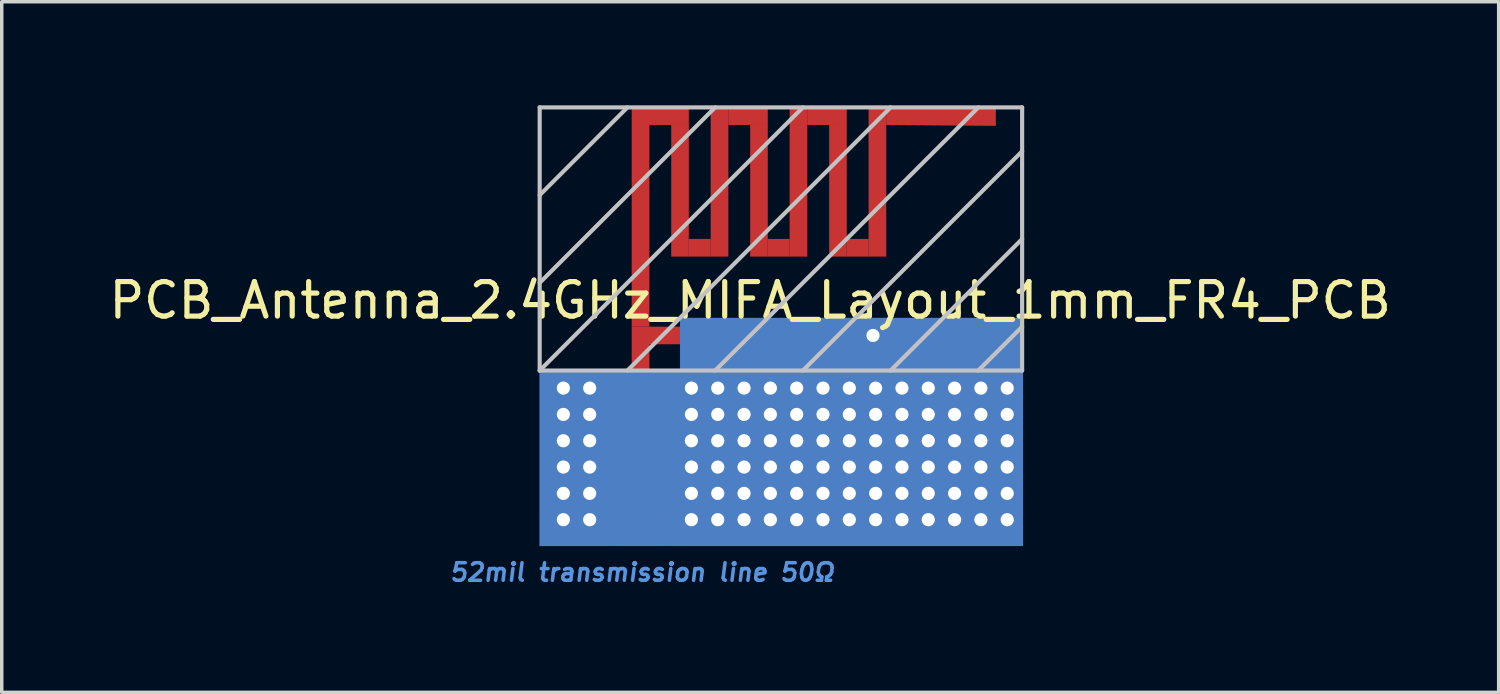
<source format=kicad_pcb>
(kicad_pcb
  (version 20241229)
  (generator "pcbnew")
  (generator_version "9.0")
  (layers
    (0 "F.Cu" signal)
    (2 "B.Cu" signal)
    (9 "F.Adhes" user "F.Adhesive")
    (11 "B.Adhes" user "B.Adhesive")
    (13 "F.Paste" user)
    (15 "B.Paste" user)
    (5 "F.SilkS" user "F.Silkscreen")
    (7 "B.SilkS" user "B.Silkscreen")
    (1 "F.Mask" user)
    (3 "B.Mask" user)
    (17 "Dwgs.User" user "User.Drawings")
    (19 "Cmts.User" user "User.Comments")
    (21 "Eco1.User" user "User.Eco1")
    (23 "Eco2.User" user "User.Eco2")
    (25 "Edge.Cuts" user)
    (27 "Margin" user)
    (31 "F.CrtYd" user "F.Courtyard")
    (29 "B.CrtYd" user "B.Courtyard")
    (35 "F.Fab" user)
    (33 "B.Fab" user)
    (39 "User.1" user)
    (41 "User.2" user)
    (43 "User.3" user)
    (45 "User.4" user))
  (footprint "PCB_Antenna_2.4GHz_MIFA_Layout_1mm_FR4_PCB"
    (layer "F.Cu")
    (at 12.577 12.76)
    (property "Reference" "PCB_Antenna_2.4GHz_MIFA_Layout_1mm_FR4_PCB" (at 6.096 -7.112 0) (layer "F.SilkS") (effects (font (size 1 1) (thickness 0.15))))
    (attr through_hole)
    (fp_poly (pts (xy 1.956 0) (xy 1.956 -5.08) (xy 0 -5.08) (xy 0 0)) (stroke (width 0.003) (type solid)) (fill yes) (layer "F.Cu"))
    (fp_poly (pts (xy 3.581 -4.064) (xy 3.581 0) (xy 2.261 0) (xy 2.261 -4.064)) (stroke (width 0.003) (type solid)) (fill yes) (layer "F.Cu"))
    (fp_poly (pts (xy 3.81 -12.192) (xy 3.81 -8.382) (xy 4.318 -8.382) (xy 4.318 -12.192)) (stroke (width 0.003) (type solid)) (fill yes) (layer "F.Cu"))
    (fp_poly (pts (xy 3.886 -5.08) (xy 13.995 -5.08) (xy 13.995 0) (xy 3.886 0)) (stroke (width 0.003) (type solid)) (fill yes) (layer "F.Cu"))
    (fp_poly (pts (xy 4.318 -8.382) (xy 4.953 -8.382) (xy 4.953 -8.89) (xy 4.318 -8.89)) (stroke (width 0.003) (type solid)) (fill yes) (layer "F.Cu"))
    (fp_poly (pts (xy 4.953 -12.7) (xy 4.953 -8.382) (xy 5.461 -8.382) (xy 5.461 -12.7)) (stroke (width 0.003) (type solid)) (fill yes) (layer "F.Cu"))
    (fp_poly (pts (xy 5.461 -12.192) (xy 6.604 -12.192) (xy 6.604 -12.7) (xy 5.461 -12.7)) (stroke (width 0.003) (type solid)) (fill yes) (layer "F.Cu"))
    (fp_poly (pts (xy 6.096 -12.192) (xy 6.096 -8.382) (xy 6.604 -8.382) (xy 6.604 -12.192)) (stroke (width 0.003) (type solid)) (fill yes) (layer "F.Cu"))
    (fp_poly (pts (xy 6.604 -8.382) (xy 7.239 -8.382) (xy 7.239 -8.89) (xy 6.604 -8.89)) (stroke (width 0.003) (type solid)) (fill yes) (layer "F.Cu"))
    (fp_poly (pts (xy 7.239 -12.7) (xy 7.239 -8.382) (xy 7.747 -8.382) (xy 7.747 -12.7)) (stroke (width 0.003) (type solid)) (fill yes) (layer "F.Cu"))
    (fp_poly (pts (xy 7.747 -12.192) (xy 8.89 -12.192) (xy 8.89 -12.7) (xy 7.747 -12.7)) (stroke (width 0.003) (type solid)) (fill yes) (layer "F.Cu"))
    (fp_poly (pts (xy 8.382 -12.192) (xy 8.382 -8.382) (xy 8.89 -8.382) (xy 8.89 -12.192)) (stroke (width 0.003) (type solid)) (fill yes) (layer "F.Cu"))
    (fp_poly (pts (xy 8.89 -8.382) (xy 9.525 -8.382) (xy 9.525 -8.89) (xy 8.89 -8.89)) (stroke (width 0.003) (type solid)) (fill yes) (layer "F.Cu"))
    (fp_poly (pts (xy 9.525 -12.7) (xy 9.525 -8.382) (xy 10.033 -8.382) (xy 10.033 -12.7)) (stroke (width 0.003) (type solid)) (fill yes) (layer "F.Cu"))
    (fp_poly (pts (xy 10.033 -12.192) (xy 13.208 -12.167) (xy 13.208 -12.675) (xy 10.033 -12.7)) (stroke (width 0.003) (type solid)) (fill yes) (layer "F.Cu"))
    (fp_poly (pts (xy 2.921 -5.08) (xy 3.175 -5.08) (xy 3.581 -4.064) (xy 2.261 -4.064) (xy 2.667 -5.08)) (stroke (width 0.003) (type solid)) (fill yes) (layer "F.Cu"))
    (fp_poly (pts (xy 2.667 -6.35) (xy 2.667 -12.7) (xy 4.318 -12.7) (xy 4.318 -12.192) (xy 3.175 -12.192) (xy 3.175 -6.35)) (stroke (width 0.003) (type solid)) (fill yes) (layer "F.Cu"))
    (fp_poly (pts (xy 3.175 -5.08) (xy 3.175 -5.842) (xy 10.16 -5.842) (xy 10.16 -6.35) (xy 3.175 -6.35) (xy 2.667 -6.35) (xy 2.667 -5.08)) (stroke (width 0.003) (type solid)) (fill yes) (layer "F.Cu"))
    (fp_poly (pts (xy 0 0) (xy 0 -5.08) (xy 4.064 -5.08) (xy 4.064 -6.604) (xy 13.995 -6.604) (xy 13.995 0)) (stroke (width 0.003) (type solid)) (fill yes) (layer "B.Cu"))
    (fp_line (start 0 -12.7) (end 13.97 -12.7) (stroke (width 0.12) (type solid)) (layer "Dwgs.User"))
    (fp_line (start 0 -10.16) (end 2.54 -12.7) (stroke (width 0.12) (type solid)) (layer "Dwgs.User"))
    (fp_line (start 0 -7.62) (end 5.08 -12.7) (stroke (width 0.12) (type solid)) (layer "Dwgs.User"))
    (fp_line (start 0 -5.08) (end 0 -12.7) (stroke (width 0.12) (type solid)) (layer "Dwgs.User"))
    (fp_line (start 0 -5.08) (end 7.62 -12.7) (stroke (width 0.12) (type solid)) (layer "Dwgs.User"))
    (fp_line (start 2.54 -5.08) (end 10.16 -12.7) (stroke (width 0.12) (type solid)) (layer "Dwgs.User"))
    (fp_line (start 5.08 -5.08) (end 12.7 -12.7) (stroke (width 0.12) (type solid)) (layer "Dwgs.User"))
    (fp_line (start 7.62 -5.08) (end 13.97 -11.43) (stroke (width 0.12) (type solid)) (layer "Dwgs.User"))
    (fp_line (start 10.16 -5.08) (end 13.97 -8.89) (stroke (width 0.12) (type solid)) (layer "Dwgs.User"))
    (fp_line (start 12.7 -5.08) (end 13.97 -6.35) (stroke (width 0.12) (type solid)) (layer "Dwgs.User"))
    (fp_line (start 13.97 -12.7) (end 13.97 -5.08) (stroke (width 0.12) (type solid)) (layer "Dwgs.User"))
    (fp_line (start 13.97 -5.08) (end 0 -5.08) (stroke (width 0.12) (type solid)) (layer "Dwgs.User"))
    (fp_text user "52mil transmission line 50Ω" (at 2.972 0.762 0) (layer "Cmts.User") (effects (font (size 0.508 0.508) (thickness 0.102) (italic yes))))
    (pad "" thru_hole circle (at 0.686 -4.572) (size 0.508 0.508) (drill 0.381) (layers "*.Cu"))
    (pad "" thru_hole circle (at 0.686 -3.81) (size 0.508 0.508) (drill 0.381) (layers "*.Cu"))
    (pad "" thru_hole circle (at 0.686 -3.048) (size 0.508 0.508) (drill 0.381) (layers "*.Cu"))
    (pad "" thru_hole circle (at 0.686 -2.286) (size 0.508 0.508) (drill 0.381) (layers "*.Cu"))
    (pad "" thru_hole circle (at 0.686 -1.524) (size 0.508 0.508) (drill 0.381) (layers "*.Cu"))
    (pad "" thru_hole circle (at 0.686 -0.762) (size 0.508 0.508) (drill 0.381) (layers "*.Cu"))
    (pad "" thru_hole circle (at 1.448 -4.572) (size 0.508 0.508) (drill 0.381) (layers "*.Cu"))
    (pad "" thru_hole circle (at 1.448 -3.81) (size 0.508 0.508) (drill 0.381) (layers "*.Cu"))
    (pad "" thru_hole circle (at 1.448 -3.048) (size 0.508 0.508) (drill 0.381) (layers "*.Cu"))
    (pad "" thru_hole circle (at 1.448 -2.286) (size 0.508 0.508) (drill 0.381) (layers "*.Cu"))
    (pad "" thru_hole circle (at 1.448 -1.524) (size 0.508 0.508) (drill 0.381) (layers "*.Cu"))
    (pad "" thru_hole circle (at 1.448 -0.762) (size 0.508 0.508) (drill 0.381) (layers "*.Cu"))
    (pad "" thru_hole circle (at 4.394 -4.572) (size 0.508 0.508) (drill 0.381) (layers "*.Cu"))
    (pad "" thru_hole circle (at 4.394 -3.81) (size 0.508 0.508) (drill 0.381) (layers "*.Cu"))
    (pad "" thru_hole circle (at 4.394 -3.048) (size 0.508 0.508) (drill 0.381) (layers "*.Cu"))
    (pad "" thru_hole circle (at 4.394 -2.286) (size 0.508 0.508) (drill 0.381) (layers "*.Cu"))
    (pad "" thru_hole circle (at 4.394 -1.524) (size 0.508 0.508) (drill 0.381) (layers "*.Cu"))
    (pad "" thru_hole circle (at 4.394 -0.762) (size 0.508 0.508) (drill 0.381) (layers "*.Cu"))
    (pad "" thru_hole circle (at 5.156 -4.572) (size 0.508 0.508) (drill 0.381) (layers "*.Cu"))
    (pad "" thru_hole circle (at 5.156 -3.81) (size 0.508 0.508) (drill 0.381) (layers "*.Cu"))
    (pad "" thru_hole circle (at 5.156 -3.048) (size 0.508 0.508) (drill 0.381) (layers "*.Cu"))
    (pad "" thru_hole circle (at 5.156 -2.286) (size 0.508 0.508) (drill 0.381) (layers "*.Cu"))
    (pad "" thru_hole circle (at 5.156 -1.524) (size 0.508 0.508) (drill 0.381) (layers "*.Cu"))
    (pad "" thru_hole circle (at 5.156 -0.762) (size 0.508 0.508) (drill 0.381) (layers "*.Cu"))
    (pad "" thru_hole circle (at 5.918 -4.572) (size 0.508 0.508) (drill 0.381) (layers "*.Cu"))
    (pad "" thru_hole circle (at 5.918 -3.81) (size 0.508 0.508) (drill 0.381) (layers "*.Cu"))
    (pad "" thru_hole circle (at 5.918 -3.048) (size 0.508 0.508) (drill 0.381) (layers "*.Cu"))
    (pad "" thru_hole circle (at 5.918 -2.286) (size 0.508 0.508) (drill 0.381) (layers "*.Cu"))
    (pad "" thru_hole circle (at 5.918 -1.524) (size 0.508 0.508) (drill 0.381) (layers "*.Cu"))
    (pad "" thru_hole circle (at 5.918 -0.762) (size 0.508 0.508) (drill 0.381) (layers "*.Cu"))
    (pad "" thru_hole circle (at 6.68 -4.572) (size 0.508 0.508) (drill 0.381) (layers "*.Cu"))
    (pad "" thru_hole circle (at 6.68 -3.81) (size 0.508 0.508) (drill 0.381) (layers "*.Cu"))
    (pad "" thru_hole circle (at 6.68 -3.048) (size 0.508 0.508) (drill 0.381) (layers "*.Cu"))
    (pad "" thru_hole circle (at 6.68 -2.286) (size 0.508 0.508) (drill 0.381) (layers "*.Cu"))
    (pad "" thru_hole circle (at 6.68 -1.524) (size 0.508 0.508) (drill 0.381) (layers "*.Cu"))
    (pad "" thru_hole circle (at 6.68 -0.762) (size 0.508 0.508) (drill 0.381) (layers "*.Cu"))
    (pad "" thru_hole circle (at 7.442 -4.572) (size 0.508 0.508) (drill 0.381) (layers "*.Cu"))
    (pad "" thru_hole circle (at 7.442 -3.81) (size 0.508 0.508) (drill 0.381) (layers "*.Cu"))
    (pad "" thru_hole circle (at 7.442 -3.048) (size 0.508 0.508) (drill 0.381) (layers "*.Cu"))
    (pad "" thru_hole circle (at 7.442 -2.286) (size 0.508 0.508) (drill 0.381) (layers "*.Cu"))
    (pad "" thru_hole circle (at 7.442 -1.524) (size 0.508 0.508) (drill 0.381) (layers "*.Cu"))
    (pad "" thru_hole circle (at 7.442 -0.762) (size 0.508 0.508) (drill 0.381) (layers "*.Cu"))
    (pad "" thru_hole circle (at 8.204 -4.572) (size 0.508 0.508) (drill 0.381) (layers "*.Cu"))
    (pad "" thru_hole circle (at 8.204 -3.81) (size 0.508 0.508) (drill 0.381) (layers "*.Cu"))
    (pad "" thru_hole circle (at 8.204 -3.048) (size 0.508 0.508) (drill 0.381) (layers "*.Cu"))
    (pad "" thru_hole circle (at 8.204 -2.286) (size 0.508 0.508) (drill 0.381) (layers "*.Cu"))
    (pad "" thru_hole circle (at 8.204 -1.524) (size 0.508 0.508) (drill 0.381) (layers "*.Cu"))
    (pad "" thru_hole circle (at 8.204 -0.762) (size 0.508 0.508) (drill 0.381) (layers "*.Cu"))
    (pad "" thru_hole circle (at 8.966 -4.572) (size 0.508 0.508) (drill 0.381) (layers "*.Cu"))
    (pad "" thru_hole circle (at 8.966 -3.81) (size 0.508 0.508) (drill 0.381) (layers "*.Cu"))
    (pad "" thru_hole circle (at 8.966 -3.048) (size 0.508 0.508) (drill 0.381) (layers "*.Cu"))
    (pad "" thru_hole circle (at 8.966 -2.286) (size 0.508 0.508) (drill 0.381) (layers "*.Cu"))
    (pad "" thru_hole circle (at 8.966 -1.524) (size 0.508 0.508) (drill 0.381) (layers "*.Cu"))
    (pad "" thru_hole circle (at 8.966 -0.762) (size 0.508 0.508) (drill 0.381) (layers "*.Cu"))
    (pad "" thru_hole circle (at 9.652 -6.096) (size 0.508 0.508) (drill 0.381) (layers "*.Cu"))
    (pad "" thru_hole circle (at 9.728 -4.572) (size 0.508 0.508) (drill 0.381) (layers "*.Cu"))
    (pad "" thru_hole circle (at 9.728 -3.81) (size 0.508 0.508) (drill 0.381) (layers "*.Cu"))
    (pad "" thru_hole circle (at 9.728 -3.048) (size 0.508 0.508) (drill 0.381) (layers "*.Cu"))
    (pad "" thru_hole circle (at 9.728 -2.286) (size 0.508 0.508) (drill 0.381) (layers "*.Cu"))
    (pad "" thru_hole circle (at 9.728 -1.524) (size 0.508 0.508) (drill 0.381) (layers "*.Cu"))
    (pad "" thru_hole circle (at 9.728 -0.762) (size 0.508 0.508) (drill 0.381) (layers "*.Cu"))
    (pad "" thru_hole circle (at 10.49 -4.572) (size 0.508 0.508) (drill 0.381) (layers "*.Cu"))
    (pad "" thru_hole circle (at 10.49 -3.81) (size 0.508 0.508) (drill 0.381) (layers "*.Cu"))
    (pad "" thru_hole circle (at 10.49 -3.048) (size 0.508 0.508) (drill 0.381) (layers "*.Cu"))
    (pad "" thru_hole circle (at 10.49 -2.286) (size 0.508 0.508) (drill 0.381) (layers "*.Cu"))
    (pad "" thru_hole circle (at 10.49 -1.524) (size 0.508 0.508) (drill 0.381) (layers "*.Cu"))
    (pad "" thru_hole circle (at 10.49 -0.762) (size 0.508 0.508) (drill 0.381) (layers "*.Cu"))
    (pad "" thru_hole circle (at 11.252 -4.572) (size 0.508 0.508) (drill 0.381) (layers "*.Cu"))
    (pad "" thru_hole circle (at 11.252 -3.81) (size 0.508 0.508) (drill 0.381) (layers "*.Cu"))
    (pad "" thru_hole circle (at 11.252 -3.048) (size 0.508 0.508) (drill 0.381) (layers "*.Cu"))
    (pad "" thru_hole circle (at 11.252 -2.286) (size 0.508 0.508) (drill 0.381) (layers "*.Cu"))
    (pad "" thru_hole circle (at 11.252 -1.524) (size 0.508 0.508) (drill 0.381) (layers "*.Cu"))
    (pad "" thru_hole circle (at 11.252 -0.762) (size 0.508 0.508) (drill 0.381) (layers "*.Cu"))
    (pad "" thru_hole circle (at 12.014 -4.572) (size 0.508 0.508) (drill 0.381) (layers "*.Cu"))
    (pad "" thru_hole circle (at 12.014 -3.81) (size 0.508 0.508) (drill 0.381) (layers "*.Cu"))
    (pad "" thru_hole circle (at 12.014 -3.048) (size 0.508 0.508) (drill 0.381) (layers "*.Cu"))
    (pad "" thru_hole circle (at 12.014 -2.286) (size 0.508 0.508) (drill 0.381) (layers "*.Cu"))
    (pad "" thru_hole circle (at 12.014 -1.524) (size 0.508 0.508) (drill 0.381) (layers "*.Cu"))
    (pad "" thru_hole circle (at 12.014 -0.762) (size 0.508 0.508) (drill 0.381) (layers "*.Cu"))
    (pad "" thru_hole circle (at 12.776 -4.572) (size 0.508 0.508) (drill 0.381) (layers "*.Cu"))
    (pad "" thru_hole circle (at 12.776 -3.81) (size 0.508 0.508) (drill 0.381) (layers "*.Cu"))
    (pad "" thru_hole circle (at 12.776 -3.048) (size 0.508 0.508) (drill 0.381) (layers "*.Cu"))
    (pad "" thru_hole circle (at 12.776 -2.286) (size 0.508 0.508) (drill 0.381) (layers "*.Cu"))
    (pad "" thru_hole circle (at 12.776 -1.524) (size 0.508 0.508) (drill 0.381) (layers "*.Cu"))
    (pad "" thru_hole circle (at 12.776 -0.762) (size 0.508 0.508) (drill 0.381) (layers "*.Cu"))
    (pad "" thru_hole circle (at 13.538 -4.572) (size 0.508 0.508) (drill 0.381) (layers "*.Cu"))
    (pad "" thru_hole circle (at 13.538 -3.81) (size 0.508 0.508) (drill 0.381) (layers "*.Cu"))
    (pad "" thru_hole circle (at 13.538 -3.048) (size 0.508 0.508) (drill 0.381) (layers "*.Cu"))
    (pad "" thru_hole circle (at 13.538 -2.286) (size 0.508 0.508) (drill 0.381) (layers "*.Cu"))
    (pad "" thru_hole circle (at 13.538 -1.524) (size 0.508 0.508) (drill 0.381) (layers "*.Cu"))
    (pad "" thru_hole circle (at 13.538 -0.762) (size 0.508 0.508) (drill 0.381) (layers "*.Cu"))
    (pad "1" smd roundrect (at 2.921 -0.381) (size 1.321 0.762) (layers "F.Cu") (roundrect_rratio 0.25)))
  (gr_rect
    (start -3 -3)
    (end 40.345 16.997)
    (stroke (width 0.1) (type default))
    (fill no)
    (layer "Edge.Cuts")))
</source>
